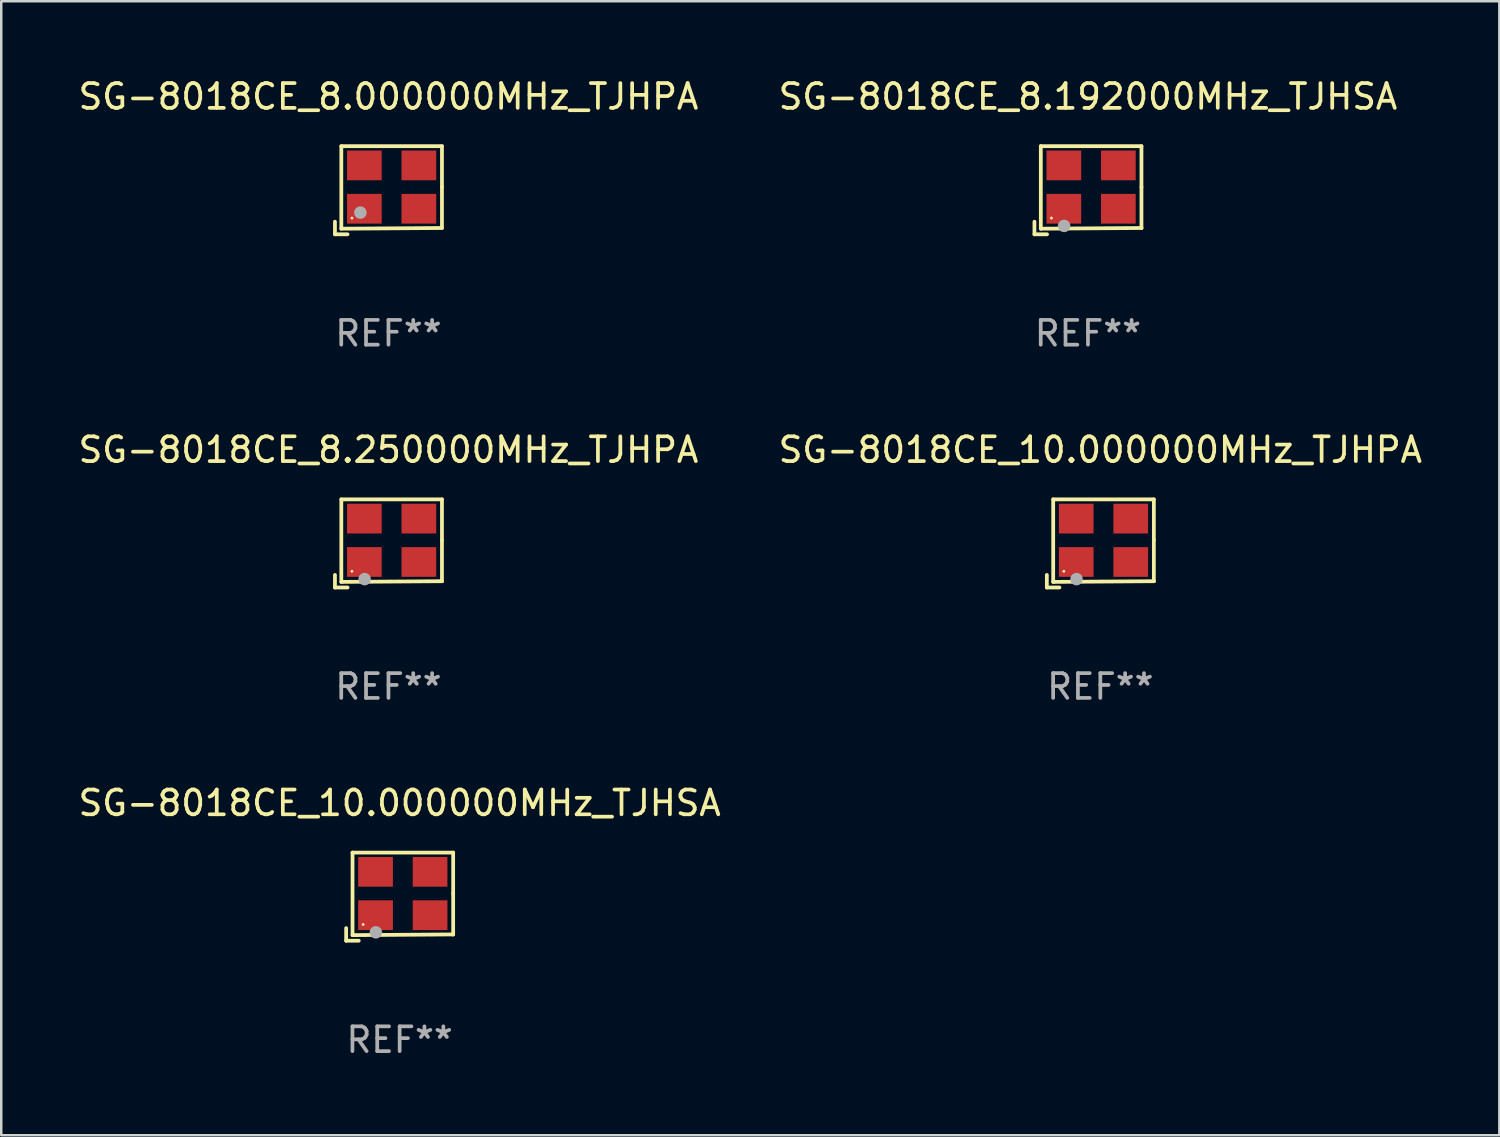
<source format=kicad_pcb>
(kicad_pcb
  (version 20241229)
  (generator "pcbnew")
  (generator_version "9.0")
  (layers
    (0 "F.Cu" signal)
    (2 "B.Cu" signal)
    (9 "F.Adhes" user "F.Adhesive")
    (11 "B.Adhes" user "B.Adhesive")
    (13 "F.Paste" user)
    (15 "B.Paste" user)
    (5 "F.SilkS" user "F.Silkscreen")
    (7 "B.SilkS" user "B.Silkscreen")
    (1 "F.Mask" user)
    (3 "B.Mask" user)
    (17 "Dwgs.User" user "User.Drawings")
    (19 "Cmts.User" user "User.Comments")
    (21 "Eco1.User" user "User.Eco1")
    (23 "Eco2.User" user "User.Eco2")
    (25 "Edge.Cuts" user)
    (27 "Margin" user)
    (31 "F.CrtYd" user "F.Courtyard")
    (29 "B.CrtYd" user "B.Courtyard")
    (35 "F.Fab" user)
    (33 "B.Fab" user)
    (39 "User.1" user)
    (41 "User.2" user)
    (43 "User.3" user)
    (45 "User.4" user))
  (footprint "SG-8018CE_10.000000MHz_TJHPA"
    (layer "F.Cu")
    (at 41.351 18.879)
    (property "Reference" "SG-8018CE_10.000000MHz_TJHPA" (at 0 -3.778 0) (layer "F.SilkS") (effects (font (size 1 1) (thickness 0.15))))
    (attr through_hole)
    (fp_line (start -2.159 1.27) (end -2.159 1.778) (stroke (width 0.152) (type solid)) (layer "F.SilkS"))
    (fp_line (start -2.159 1.778) (end -1.651 1.778) (stroke (width 0.152) (type solid)) (layer "F.SilkS"))
    (fp_line (start -1.902 -1.778) (end 2.159 -1.778) (stroke (width 0.152) (type solid)) (layer "F.SilkS"))
    (fp_line (start -1.902 1.552) (end -1.902 -1.778) (stroke (width 0.152) (type solid)) (layer "F.SilkS"))
    (fp_line (start 2.159 -1.778) (end 2.159 -0.127) (stroke (width 0.152) (type solid)) (layer "F.SilkS"))
    (fp_line (start 2.159 -0.127) (end 2.159 1.524) (stroke (width 0.152) (type solid)) (layer "F.SilkS"))
    (fp_line (start 2.159 1.524) (end -1.902 1.552) (stroke (width 0.152) (type solid)) (layer "F.SilkS"))
    (fp_line (start 2.159 1.524) (end 2.159 1.524) (stroke (width 0.152) (type solid)) (layer "F.SilkS"))
    (fp_circle (center -1.473 1.123) (end -1.443 1.123) (stroke (width 0.06) (type solid)) (fill no) (layer "F.SilkS"))
    (fp_circle (center -0.961 1.44) (end -0.834 1.44) (stroke (width 0.254) (type solid)) (fill no) (layer "F.Fab"))
    (fp_text user "REF**" (at 0 5.778 0) (layer "F.Fab") (effects (font (size 1 1) (thickness 0.15))))
    (pad "1" smd rect (at -0.973 0.748) (size 1.4 1.2) (layers "F.Cu" "F.Mask" "F.Paste"))
    (pad "2" smd rect (at 1.227 0.748) (size 1.4 1.2) (layers "F.Cu" "F.Mask" "F.Paste"))
    (pad "3" smd rect (at 1.227 -1.002) (size 1.4 1.2) (layers "F.Cu" "F.Mask" "F.Paste"))
    (pad "4" smd rect (at -0.973 -1.002) (size 1.4 1.2) (layers "F.Cu" "F.Mask" "F.Paste")))
  (footprint "SG-8018CE_8.192000MHz_TJHSA"
    (layer "F.Cu")
    (at 40.851 4.626)
    (property "Reference" "SG-8018CE_8.192000MHz_TJHSA" (at 0 -3.778 0) (layer "F.SilkS") (effects (font (size 1 1) (thickness 0.15))))
    (attr through_hole)
    (fp_line (start -2.159 1.27) (end -2.159 1.778) (stroke (width 0.152) (type solid)) (layer "F.SilkS"))
    (fp_line (start -2.159 1.778) (end -1.651 1.778) (stroke (width 0.152) (type solid)) (layer "F.SilkS"))
    (fp_line (start -1.902 -1.778) (end 2.159 -1.778) (stroke (width 0.152) (type solid)) (layer "F.SilkS"))
    (fp_line (start -1.902 1.552) (end -1.902 -1.778) (stroke (width 0.152) (type solid)) (layer "F.SilkS"))
    (fp_line (start 2.159 -1.778) (end 2.159 -0.127) (stroke (width 0.152) (type solid)) (layer "F.SilkS"))
    (fp_line (start 2.159 -0.127) (end 2.159 1.524) (stroke (width 0.152) (type solid)) (layer "F.SilkS"))
    (fp_line (start 2.159 1.524) (end -1.902 1.552) (stroke (width 0.152) (type solid)) (layer "F.SilkS"))
    (fp_line (start 2.159 1.524) (end 2.159 1.524) (stroke (width 0.152) (type solid)) (layer "F.SilkS"))
    (fp_circle (center -1.473 1.123) (end -1.443 1.123) (stroke (width 0.06) (type solid)) (fill no) (layer "F.SilkS"))
    (fp_circle (center -0.961 1.44) (end -0.834 1.44) (stroke (width 0.254) (type solid)) (fill no) (layer "F.Fab"))
    (fp_text user "REF**" (at 0 5.778 0) (layer "F.Fab") (effects (font (size 1 1) (thickness 0.15))))
    (pad "1" smd rect (at -0.973 0.748) (size 1.4 1.2) (layers "F.Cu" "F.Mask" "F.Paste"))
    (pad "2" smd rect (at 1.227 0.748) (size 1.4 1.2) (layers "F.Cu" "F.Mask" "F.Paste"))
    (pad "3" smd rect (at 1.227 -1.002) (size 1.4 1.2) (layers "F.Cu" "F.Mask" "F.Paste"))
    (pad "4" smd rect (at -0.973 -1.002) (size 1.4 1.2) (layers "F.Cu" "F.Mask" "F.Paste")))
  (footprint "SG-8018CE_8.250000MHz_TJHPA"
    (layer "F.Cu")
    (at 12.625 18.879)
    (property "Reference" "SG-8018CE_8.250000MHz_TJHPA" (at 0 -3.778 0) (layer "F.SilkS") (effects (font (size 1 1) (thickness 0.15))))
    (attr through_hole)
    (fp_line (start -2.159 1.27) (end -2.159 1.778) (stroke (width 0.152) (type solid)) (layer "F.SilkS"))
    (fp_line (start -2.159 1.778) (end -1.651 1.778) (stroke (width 0.152) (type solid)) (layer "F.SilkS"))
    (fp_line (start -1.902 -1.778) (end 2.159 -1.778) (stroke (width 0.152) (type solid)) (layer "F.SilkS"))
    (fp_line (start -1.902 1.552) (end -1.902 -1.778) (stroke (width 0.152) (type solid)) (layer "F.SilkS"))
    (fp_line (start 2.159 -1.778) (end 2.159 -0.127) (stroke (width 0.152) (type solid)) (layer "F.SilkS"))
    (fp_line (start 2.159 -0.127) (end 2.159 1.524) (stroke (width 0.152) (type solid)) (layer "F.SilkS"))
    (fp_line (start 2.159 1.524) (end -1.902 1.552) (stroke (width 0.152) (type solid)) (layer "F.SilkS"))
    (fp_line (start 2.159 1.524) (end 2.159 1.524) (stroke (width 0.152) (type solid)) (layer "F.SilkS"))
    (fp_circle (center -1.473 1.123) (end -1.443 1.123) (stroke (width 0.06) (type solid)) (fill no) (layer "F.SilkS"))
    (fp_circle (center -0.961 1.44) (end -0.834 1.44) (stroke (width 0.254) (type solid)) (fill no) (layer "F.Fab"))
    (fp_text user "REF**" (at 0 5.778 0) (layer "F.Fab") (effects (font (size 1 1) (thickness 0.15))))
    (pad "1" smd rect (at -0.973 0.748) (size 1.4 1.2) (layers "F.Cu" "F.Mask" "F.Paste"))
    (pad "2" smd rect (at 1.227 0.748) (size 1.4 1.2) (layers "F.Cu" "F.Mask" "F.Paste"))
    (pad "3" smd rect (at 1.227 -1.002) (size 1.4 1.2) (layers "F.Cu" "F.Mask" "F.Paste"))
    (pad "4" smd rect (at -0.973 -1.002) (size 1.4 1.2) (layers "F.Cu" "F.Mask" "F.Paste")))
  (footprint "SG-8018CE_8.000000MHz_TJHPA"
    (layer "F.Cu")
    (at 12.625 4.626)
    (property "Reference" "SG-8018CE_8.000000MHz_TJHPA" (at 0 -3.778 0) (layer "F.SilkS") (effects (font (size 1 1) (thickness 0.15))))
    (attr through_hole)
    (fp_line (start -2.159 1.27) (end -2.159 1.778) (stroke (width 0.152) (type solid)) (layer "F.SilkS"))
    (fp_line (start -2.159 1.778) (end -1.651 1.778) (stroke (width 0.152) (type solid)) (layer "F.SilkS"))
    (fp_line (start -1.902 -1.778) (end 2.159 -1.778) (stroke (width 0.152) (type solid)) (layer "F.SilkS"))
    (fp_line (start -1.902 1.552) (end -1.902 -1.778) (stroke (width 0.152) (type solid)) (layer "F.SilkS"))
    (fp_line (start 2.159 -1.778) (end 2.159 -0.127) (stroke (width 0.152) (type solid)) (layer "F.SilkS"))
    (fp_line (start 2.159 -0.127) (end 2.159 1.524) (stroke (width 0.152) (type solid)) (layer "F.SilkS"))
    (fp_line (start 2.159 1.524) (end -1.902 1.552) (stroke (width 0.152) (type solid)) (layer "F.SilkS"))
    (fp_circle (center -1.473 1.123) (end -1.443 1.123) (stroke (width 0.06) (type solid)) (fill no) (layer "F.SilkS"))
    (fp_circle (center -1.133 0.903) (end -1.006 0.903) (stroke (width 0.254) (type solid)) (fill no) (layer "F.Fab"))
    (fp_text user "REF**" (at 0 5.778 0) (layer "F.Fab") (effects (font (size 1 1) (thickness 0.15))))
    (pad "1" smd rect (at -0.973 0.748) (size 1.4 1.2) (layers "F.Cu" "F.Mask" "F.Paste"))
    (pad "2" smd rect (at 1.227 0.748) (size 1.4 1.2) (layers "F.Cu" "F.Mask" "F.Paste"))
    (pad "3" smd rect (at 1.227 -1.002) (size 1.4 1.2) (layers "F.Cu" "F.Mask" "F.Paste"))
    (pad "4" smd rect (at -0.973 -1.002) (size 1.4 1.2) (layers "F.Cu" "F.Mask" "F.Paste")))
  (footprint "SG-8018CE_10.000000MHz_TJHSA"
    (layer "F.Cu")
    (at 13.077 33.132)
    (property "Reference" "SG-8018CE_10.000000MHz_TJHSA" (at 0 -3.778 0) (layer "F.SilkS") (effects (font (size 1 1) (thickness 0.15))))
    (attr through_hole)
    (fp_line (start -2.159 1.27) (end -2.159 1.778) (stroke (width 0.152) (type solid)) (layer "F.SilkS"))
    (fp_line (start -2.159 1.778) (end -1.651 1.778) (stroke (width 0.152) (type solid)) (layer "F.SilkS"))
    (fp_line (start -1.902 -1.778) (end 2.159 -1.778) (stroke (width 0.152) (type solid)) (layer "F.SilkS"))
    (fp_line (start -1.902 1.552) (end -1.902 -1.778) (stroke (width 0.152) (type solid)) (layer "F.SilkS"))
    (fp_line (start 2.159 -1.778) (end 2.159 -0.127) (stroke (width 0.152) (type solid)) (layer "F.SilkS"))
    (fp_line (start 2.159 -0.127) (end 2.159 1.524) (stroke (width 0.152) (type solid)) (layer "F.SilkS"))
    (fp_line (start 2.159 1.524) (end -1.902 1.552) (stroke (width 0.152) (type solid)) (layer "F.SilkS"))
    (fp_line (start 2.159 1.524) (end 2.159 1.524) (stroke (width 0.152) (type solid)) (layer "F.SilkS"))
    (fp_circle (center -1.473 1.123) (end -1.443 1.123) (stroke (width 0.06) (type solid)) (fill no) (layer "F.SilkS"))
    (fp_circle (center -0.961 1.44) (end -0.834 1.44) (stroke (width 0.254) (type solid)) (fill no) (layer "F.Fab"))
    (fp_text user "REF**" (at 0 5.778 0) (layer "F.Fab") (effects (font (size 1 1) (thickness 0.15))))
    (pad "1" smd rect (at -0.973 0.748) (size 1.4 1.2) (layers "F.Cu" "F.Mask" "F.Paste"))
    (pad "2" smd rect (at 1.227 0.748) (size 1.4 1.2) (layers "F.Cu" "F.Mask" "F.Paste"))
    (pad "3" smd rect (at 1.227 -1.002) (size 1.4 1.2) (layers "F.Cu" "F.Mask" "F.Paste"))
    (pad "4" smd rect (at -0.973 -1.002) (size 1.4 1.2) (layers "F.Cu" "F.Mask" "F.Paste")))
  (gr_rect
    (start -3 -3)
    (end 57.452 42.758)
    (stroke (width 0.1) (type default))
    (fill no)
    (layer "Edge.Cuts")))
</source>
